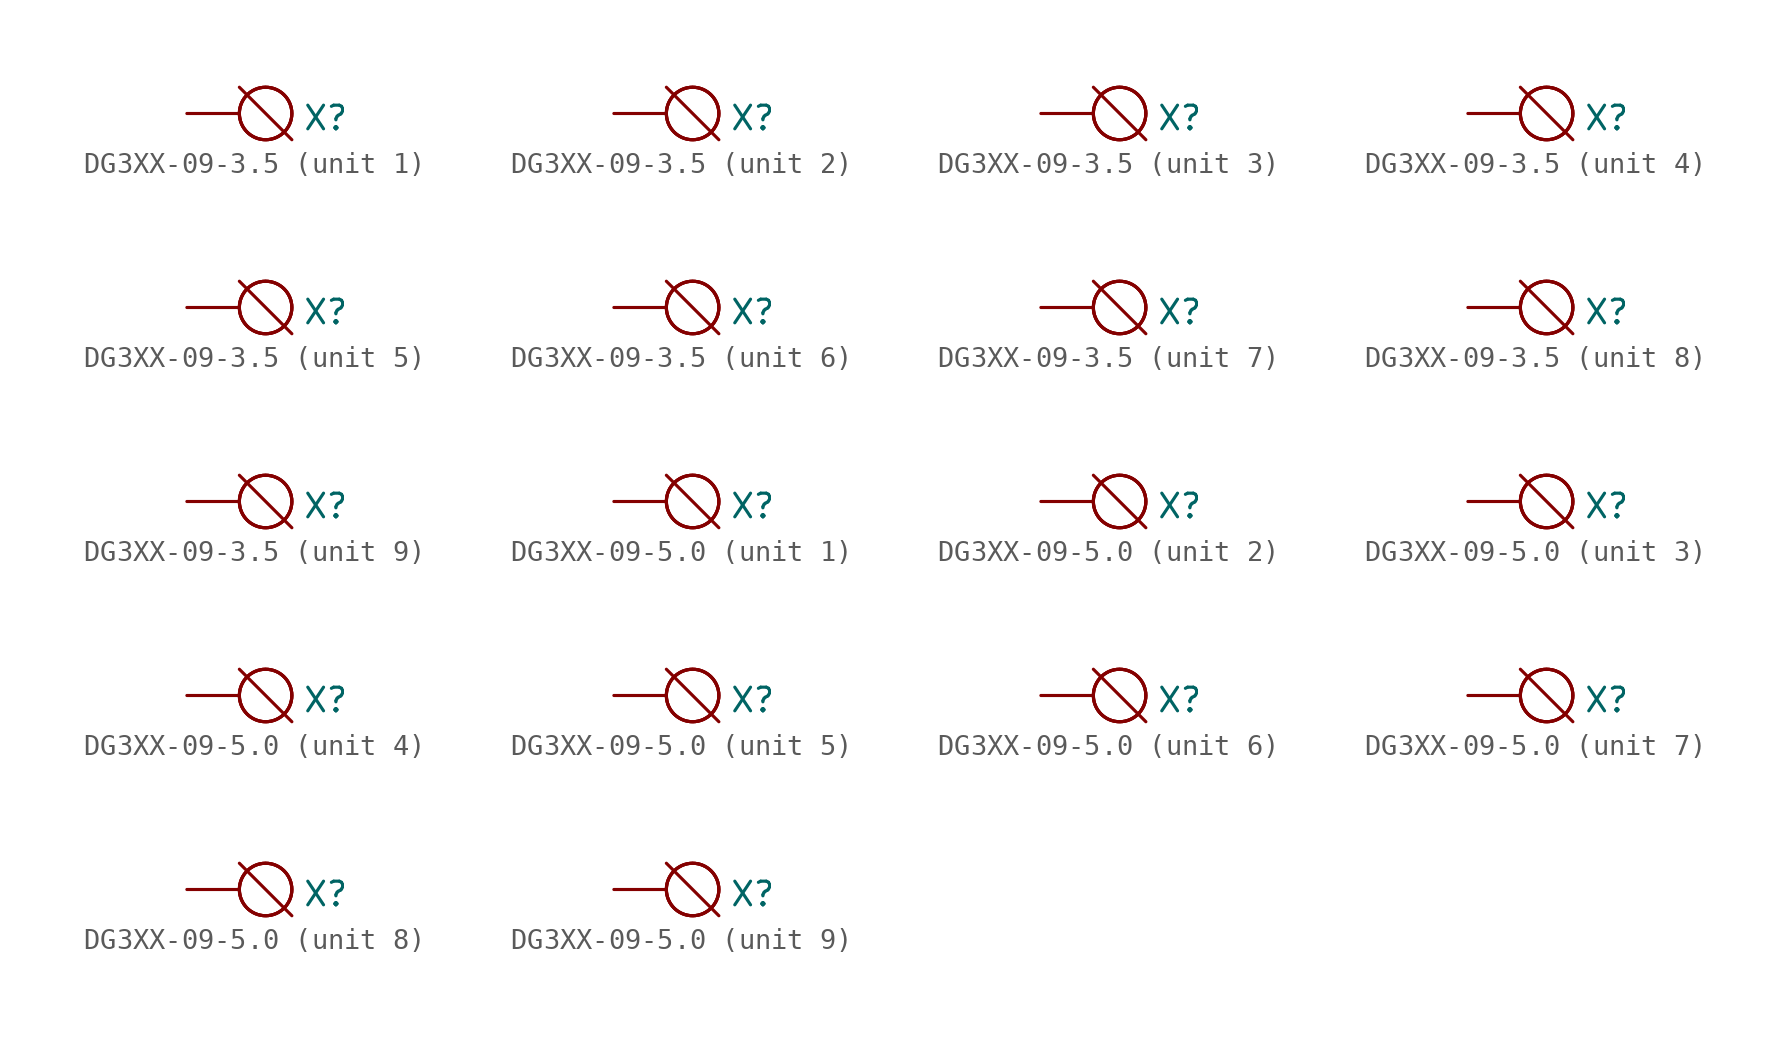
<source format=kicad_sym>
(kicad_symbol_lib
  (version 20211014)
  (generator kicad_symbol_editor)
  (symbol "DG3XX-09-3.5"
    (pin_numbers hide)
    (pin_names
      (offset 1.016) hide)
    (property "Reference" "X"
      (at 3.048 -0.889 0)
      (effects (font (size 1.143 1.143)) (justify left bottom)))
    (property "ki_locked" ""
      (at 0 0 0)
      (effects (font (size 1.27 1.27))))
    (symbol "DG3XX-09-3.5_1_0"
      (polyline (pts (xy 0 1.27) (xy 2.54 -1.27)) (stroke (width 0) (type default) (color 0 0 0 0)) (fill (type none))))
    (symbol "DG3XX-09-3.5_1_1"
      (circle (center 1.27 0) (radius 1.27) (stroke (width 0) (type default) (color 0 0 0 0)) (fill (type none)))
      (circle (center 1.27 0) (radius 1.27) (stroke (width 0) (type default) (color 0 0 0 0)) (fill (type none)))
      (circle (center 1.27 0) (radius 1.27) (stroke (width 0) (type default) (color 0 0 0 0)) (fill (type none)))
      (pin passive line (at -2.54 0 0) (length 2.54) (name "KL" (effects (font (size 1.016 1.016)))) (number "1" (effects (font (size 1.016 1.016))))))
    (symbol "DG3XX-09-3.5_2_0"
      (polyline (pts (xy 0 1.27) (xy 2.54 -1.27)) (stroke (width 0) (type default) (color 0 0 0 0)) (fill (type none))))
    (symbol "DG3XX-09-3.5_2_1"
      (circle (center 1.27 0) (radius 1.27) (stroke (width 0) (type default) (color 0 0 0 0)) (fill (type none)))
      (circle (center 1.27 0) (radius 1.27) (stroke (width 0) (type default) (color 0 0 0 0)) (fill (type none)))
      (circle (center 1.27 0) (radius 1.27) (stroke (width 0) (type default) (color 0 0 0 0)) (fill (type none)))
      (pin passive line (at -2.54 0 0) (length 2.54) (name "KL" (effects (font (size 1.016 1.016)))) (number "2" (effects (font (size 1.016 1.016))))))
    (symbol "DG3XX-09-3.5_3_0"
      (polyline (pts (xy 0 1.27) (xy 2.54 -1.27)) (stroke (width 0) (type default) (color 0 0 0 0)) (fill (type none))))
    (symbol "DG3XX-09-3.5_3_1"
      (circle (center 1.27 0) (radius 1.27) (stroke (width 0) (type default) (color 0 0 0 0)) (fill (type none)))
      (circle (center 1.27 0) (radius 1.27) (stroke (width 0) (type default) (color 0 0 0 0)) (fill (type none)))
      (circle (center 1.27 0) (radius 1.27) (stroke (width 0) (type default) (color 0 0 0 0)) (fill (type none)))
      (pin passive line (at -2.54 0 0) (length 2.54) (name "KL" (effects (font (size 1.016 1.016)))) (number "3" (effects (font (size 1.016 1.016))))))
    (symbol "DG3XX-09-3.5_4_0"
      (polyline (pts (xy 0 1.27) (xy 2.54 -1.27)) (stroke (width 0) (type default) (color 0 0 0 0)) (fill (type none))))
    (symbol "DG3XX-09-3.5_4_1"
      (circle (center 1.27 0) (radius 1.27) (stroke (width 0) (type default) (color 0 0 0 0)) (fill (type none)))
      (circle (center 1.27 0) (radius 1.27) (stroke (width 0) (type default) (color 0 0 0 0)) (fill (type none)))
      (circle (center 1.27 0) (radius 1.27) (stroke (width 0) (type default) (color 0 0 0 0)) (fill (type none)))
      (pin passive line (at -2.54 0 0) (length 2.54) (name "KL" (effects (font (size 1.016 1.016)))) (number "4" (effects (font (size 1.016 1.016))))))
    (symbol "DG3XX-09-3.5_5_0"
      (polyline (pts (xy 0 1.27) (xy 2.54 -1.27)) (stroke (width 0) (type default) (color 0 0 0 0)) (fill (type none))))
    (symbol "DG3XX-09-3.5_5_1"
      (circle (center 1.27 0) (radius 1.27) (stroke (width 0) (type default) (color 0 0 0 0)) (fill (type none)))
      (circle (center 1.27 0) (radius 1.27) (stroke (width 0) (type default) (color 0 0 0 0)) (fill (type none)))
      (circle (center 1.27 0) (radius 1.27) (stroke (width 0) (type default) (color 0 0 0 0)) (fill (type none)))
      (pin passive line (at -2.54 0 0) (length 2.54) (name "KL" (effects (font (size 1.016 1.016)))) (number "5" (effects (font (size 1.016 1.016))))))
    (symbol "DG3XX-09-3.5_6_0"
      (polyline (pts (xy 0 1.27) (xy 2.54 -1.27)) (stroke (width 0) (type default) (color 0 0 0 0)) (fill (type none))))
    (symbol "DG3XX-09-3.5_6_1"
      (circle (center 1.27 0) (radius 1.27) (stroke (width 0) (type default) (color 0 0 0 0)) (fill (type none)))
      (circle (center 1.27 0) (radius 1.27) (stroke (width 0) (type default) (color 0 0 0 0)) (fill (type none)))
      (circle (center 1.27 0) (radius 1.27) (stroke (width 0) (type default) (color 0 0 0 0)) (fill (type none)))
      (pin passive line (at -2.54 0 0) (length 2.54) (name "KL" (effects (font (size 1.016 1.016)))) (number "6" (effects (font (size 1.016 1.016))))))
    (symbol "DG3XX-09-3.5_7_0"
      (polyline (pts (xy 0 1.27) (xy 2.54 -1.27)) (stroke (width 0) (type default) (color 0 0 0 0)) (fill (type none))))
    (symbol "DG3XX-09-3.5_7_1"
      (circle (center 1.27 0) (radius 1.27) (stroke (width 0) (type default) (color 0 0 0 0)) (fill (type none)))
      (circle (center 1.27 0) (radius 1.27) (stroke (width 0) (type default) (color 0 0 0 0)) (fill (type none)))
      (circle (center 1.27 0) (radius 1.27) (stroke (width 0) (type default) (color 0 0 0 0)) (fill (type none)))
      (pin passive line (at -2.54 0 0) (length 2.54) (name "KL" (effects (font (size 1.016 1.016)))) (number "7" (effects (font (size 1.016 1.016))))))
    (symbol "DG3XX-09-3.5_8_0"
      (polyline (pts (xy 0 1.27) (xy 2.54 -1.27)) (stroke (width 0) (type default) (color 0 0 0 0)) (fill (type none))))
    (symbol "DG3XX-09-3.5_8_1"
      (circle (center 1.27 0) (radius 1.27) (stroke (width 0) (type default) (color 0 0 0 0)) (fill (type none)))
      (circle (center 1.27 0) (radius 1.27) (stroke (width 0) (type default) (color 0 0 0 0)) (fill (type none)))
      (circle (center 1.27 0) (radius 1.27) (stroke (width 0) (type default) (color 0 0 0 0)) (fill (type none)))
      (pin passive line (at -2.54 0 0) (length 2.54) (name "KL" (effects (font (size 1.016 1.016)))) (number "8" (effects (font (size 1.016 1.016))))))
    (symbol "DG3XX-09-3.5_9_0"
      (polyline (pts (xy 0 1.27) (xy 2.54 -1.27)) (stroke (width 0) (type default) (color 0 0 0 0)) (fill (type none))))
    (symbol "DG3XX-09-3.5_9_1"
      (circle (center 1.27 0) (radius 1.27) (stroke (width 0) (type default) (color 0 0 0 0)) (fill (type none)))
      (circle (center 1.27 0) (radius 1.27) (stroke (width 0) (type default) (color 0 0 0 0)) (fill (type none)))
      (circle (center 1.27 0) (radius 1.27) (stroke (width 0) (type default) (color 0 0 0 0)) (fill (type none)))
      (pin passive line (at -2.54 0 0) (length 2.54) (name "KL" (effects (font (size 1.016 1.016)))) (number "9" (effects (font (size 1.016 1.016)))))))
  (symbol "DG3XX-09-5.0"
    (pin_numbers hide)
    (pin_names
      (offset 1.016) hide)
    (property "Reference" "X"
      (at 3.048 -0.889 0)
      (effects (font (size 1.143 1.143)) (justify left bottom)))
    (property "ki_locked" ""
      (at 0 0 0)
      (effects (font (size 1.27 1.27))))
    (symbol "DG3XX-09-5.0_1_0"
      (polyline (pts (xy 0 1.27) (xy 2.54 -1.27)) (stroke (width 0) (type default) (color 0 0 0 0)) (fill (type none))))
    (symbol "DG3XX-09-5.0_1_1"
      (circle (center 1.27 0) (radius 1.27) (stroke (width 0) (type default) (color 0 0 0 0)) (fill (type none)))
      (circle (center 1.27 0) (radius 1.27) (stroke (width 0) (type default) (color 0 0 0 0)) (fill (type none)))
      (circle (center 1.27 0) (radius 1.27) (stroke (width 0) (type default) (color 0 0 0 0)) (fill (type none)))
      (pin passive line (at -2.54 0 0) (length 2.54) (name "KL" (effects (font (size 1.016 1.016)))) (number "1" (effects (font (size 1.016 1.016))))))
    (symbol "DG3XX-09-5.0_2_0"
      (polyline (pts (xy 0 1.27) (xy 2.54 -1.27)) (stroke (width 0) (type default) (color 0 0 0 0)) (fill (type none))))
    (symbol "DG3XX-09-5.0_2_1"
      (circle (center 1.27 0) (radius 1.27) (stroke (width 0) (type default) (color 0 0 0 0)) (fill (type none)))
      (circle (center 1.27 0) (radius 1.27) (stroke (width 0) (type default) (color 0 0 0 0)) (fill (type none)))
      (circle (center 1.27 0) (radius 1.27) (stroke (width 0) (type default) (color 0 0 0 0)) (fill (type none)))
      (pin passive line (at -2.54 0 0) (length 2.54) (name "KL" (effects (font (size 1.016 1.016)))) (number "2" (effects (font (size 1.016 1.016))))))
    (symbol "DG3XX-09-5.0_3_0"
      (polyline (pts (xy 0 1.27) (xy 2.54 -1.27)) (stroke (width 0) (type default) (color 0 0 0 0)) (fill (type none))))
    (symbol "DG3XX-09-5.0_3_1"
      (circle (center 1.27 0) (radius 1.27) (stroke (width 0) (type default) (color 0 0 0 0)) (fill (type none)))
      (circle (center 1.27 0) (radius 1.27) (stroke (width 0) (type default) (color 0 0 0 0)) (fill (type none)))
      (circle (center 1.27 0) (radius 1.27) (stroke (width 0) (type default) (color 0 0 0 0)) (fill (type none)))
      (pin passive line (at -2.54 0 0) (length 2.54) (name "KL" (effects (font (size 1.016 1.016)))) (number "3" (effects (font (size 1.016 1.016))))))
    (symbol "DG3XX-09-5.0_4_0"
      (polyline (pts (xy 0 1.27) (xy 2.54 -1.27)) (stroke (width 0) (type default) (color 0 0 0 0)) (fill (type none))))
    (symbol "DG3XX-09-5.0_4_1"
      (circle (center 1.27 0) (radius 1.27) (stroke (width 0) (type default) (color 0 0 0 0)) (fill (type none)))
      (circle (center 1.27 0) (radius 1.27) (stroke (width 0) (type default) (color 0 0 0 0)) (fill (type none)))
      (circle (center 1.27 0) (radius 1.27) (stroke (width 0) (type default) (color 0 0 0 0)) (fill (type none)))
      (pin passive line (at -2.54 0 0) (length 2.54) (name "KL" (effects (font (size 1.016 1.016)))) (number "4" (effects (font (size 1.016 1.016))))))
    (symbol "DG3XX-09-5.0_5_0"
      (polyline (pts (xy 0 1.27) (xy 2.54 -1.27)) (stroke (width 0) (type default) (color 0 0 0 0)) (fill (type none))))
    (symbol "DG3XX-09-5.0_5_1"
      (circle (center 1.27 0) (radius 1.27) (stroke (width 0) (type default) (color 0 0 0 0)) (fill (type none)))
      (circle (center 1.27 0) (radius 1.27) (stroke (width 0) (type default) (color 0 0 0 0)) (fill (type none)))
      (circle (center 1.27 0) (radius 1.27) (stroke (width 0) (type default) (color 0 0 0 0)) (fill (type none)))
      (pin passive line (at -2.54 0 0) (length 2.54) (name "KL" (effects (font (size 1.016 1.016)))) (number "5" (effects (font (size 1.016 1.016))))))
    (symbol "DG3XX-09-5.0_6_0"
      (polyline (pts (xy 0 1.27) (xy 2.54 -1.27)) (stroke (width 0) (type default) (color 0 0 0 0)) (fill (type none))))
    (symbol "DG3XX-09-5.0_6_1"
      (circle (center 1.27 0) (radius 1.27) (stroke (width 0) (type default) (color 0 0 0 0)) (fill (type none)))
      (circle (center 1.27 0) (radius 1.27) (stroke (width 0) (type default) (color 0 0 0 0)) (fill (type none)))
      (circle (center 1.27 0) (radius 1.27) (stroke (width 0) (type default) (color 0 0 0 0)) (fill (type none)))
      (pin passive line (at -2.54 0 0) (length 2.54) (name "KL" (effects (font (size 1.016 1.016)))) (number "6" (effects (font (size 1.016 1.016))))))
    (symbol "DG3XX-09-5.0_7_0"
      (polyline (pts (xy 0 1.27) (xy 2.54 -1.27)) (stroke (width 0) (type default) (color 0 0 0 0)) (fill (type none))))
    (symbol "DG3XX-09-5.0_7_1"
      (circle (center 1.27 0) (radius 1.27) (stroke (width 0) (type default) (color 0 0 0 0)) (fill (type none)))
      (circle (center 1.27 0) (radius 1.27) (stroke (width 0) (type default) (color 0 0 0 0)) (fill (type none)))
      (circle (center 1.27 0) (radius 1.27) (stroke (width 0) (type default) (color 0 0 0 0)) (fill (type none)))
      (pin passive line (at -2.54 0 0) (length 2.54) (name "KL" (effects (font (size 1.016 1.016)))) (number "7" (effects (font (size 1.016 1.016))))))
    (symbol "DG3XX-09-5.0_8_0"
      (polyline (pts (xy 0 1.27) (xy 2.54 -1.27)) (stroke (width 0) (type default) (color 0 0 0 0)) (fill (type none))))
    (symbol "DG3XX-09-5.0_8_1"
      (circle (center 1.27 0) (radius 1.27) (stroke (width 0) (type default) (color 0 0 0 0)) (fill (type none)))
      (circle (center 1.27 0) (radius 1.27) (stroke (width 0) (type default) (color 0 0 0 0)) (fill (type none)))
      (circle (center 1.27 0) (radius 1.27) (stroke (width 0) (type default) (color 0 0 0 0)) (fill (type none)))
      (pin passive line (at -2.54 0 0) (length 2.54) (name "KL" (effects (font (size 1.016 1.016)))) (number "8" (effects (font (size 1.016 1.016))))))
    (symbol "DG3XX-09-5.0_9_0"
      (polyline (pts (xy 0 1.27) (xy 2.54 -1.27)) (stroke (width 0) (type default) (color 0 0 0 0)) (fill (type none))))
    (symbol "DG3XX-09-5.0_9_1"
      (circle (center 1.27 0) (radius 1.27) (stroke (width 0) (type default) (color 0 0 0 0)) (fill (type none)))
      (circle (center 1.27 0) (radius 1.27) (stroke (width 0) (type default) (color 0 0 0 0)) (fill (type none)))
      (circle (center 1.27 0) (radius 1.27) (stroke (width 0) (type default) (color 0 0 0 0)) (fill (type none)))
      (pin passive line (at -2.54 0 0) (length 2.54) (name "KL" (effects (font (size 1.016 1.016)))) (number "9" (effects (font (size 1.016 1.016))))))))
</source>
